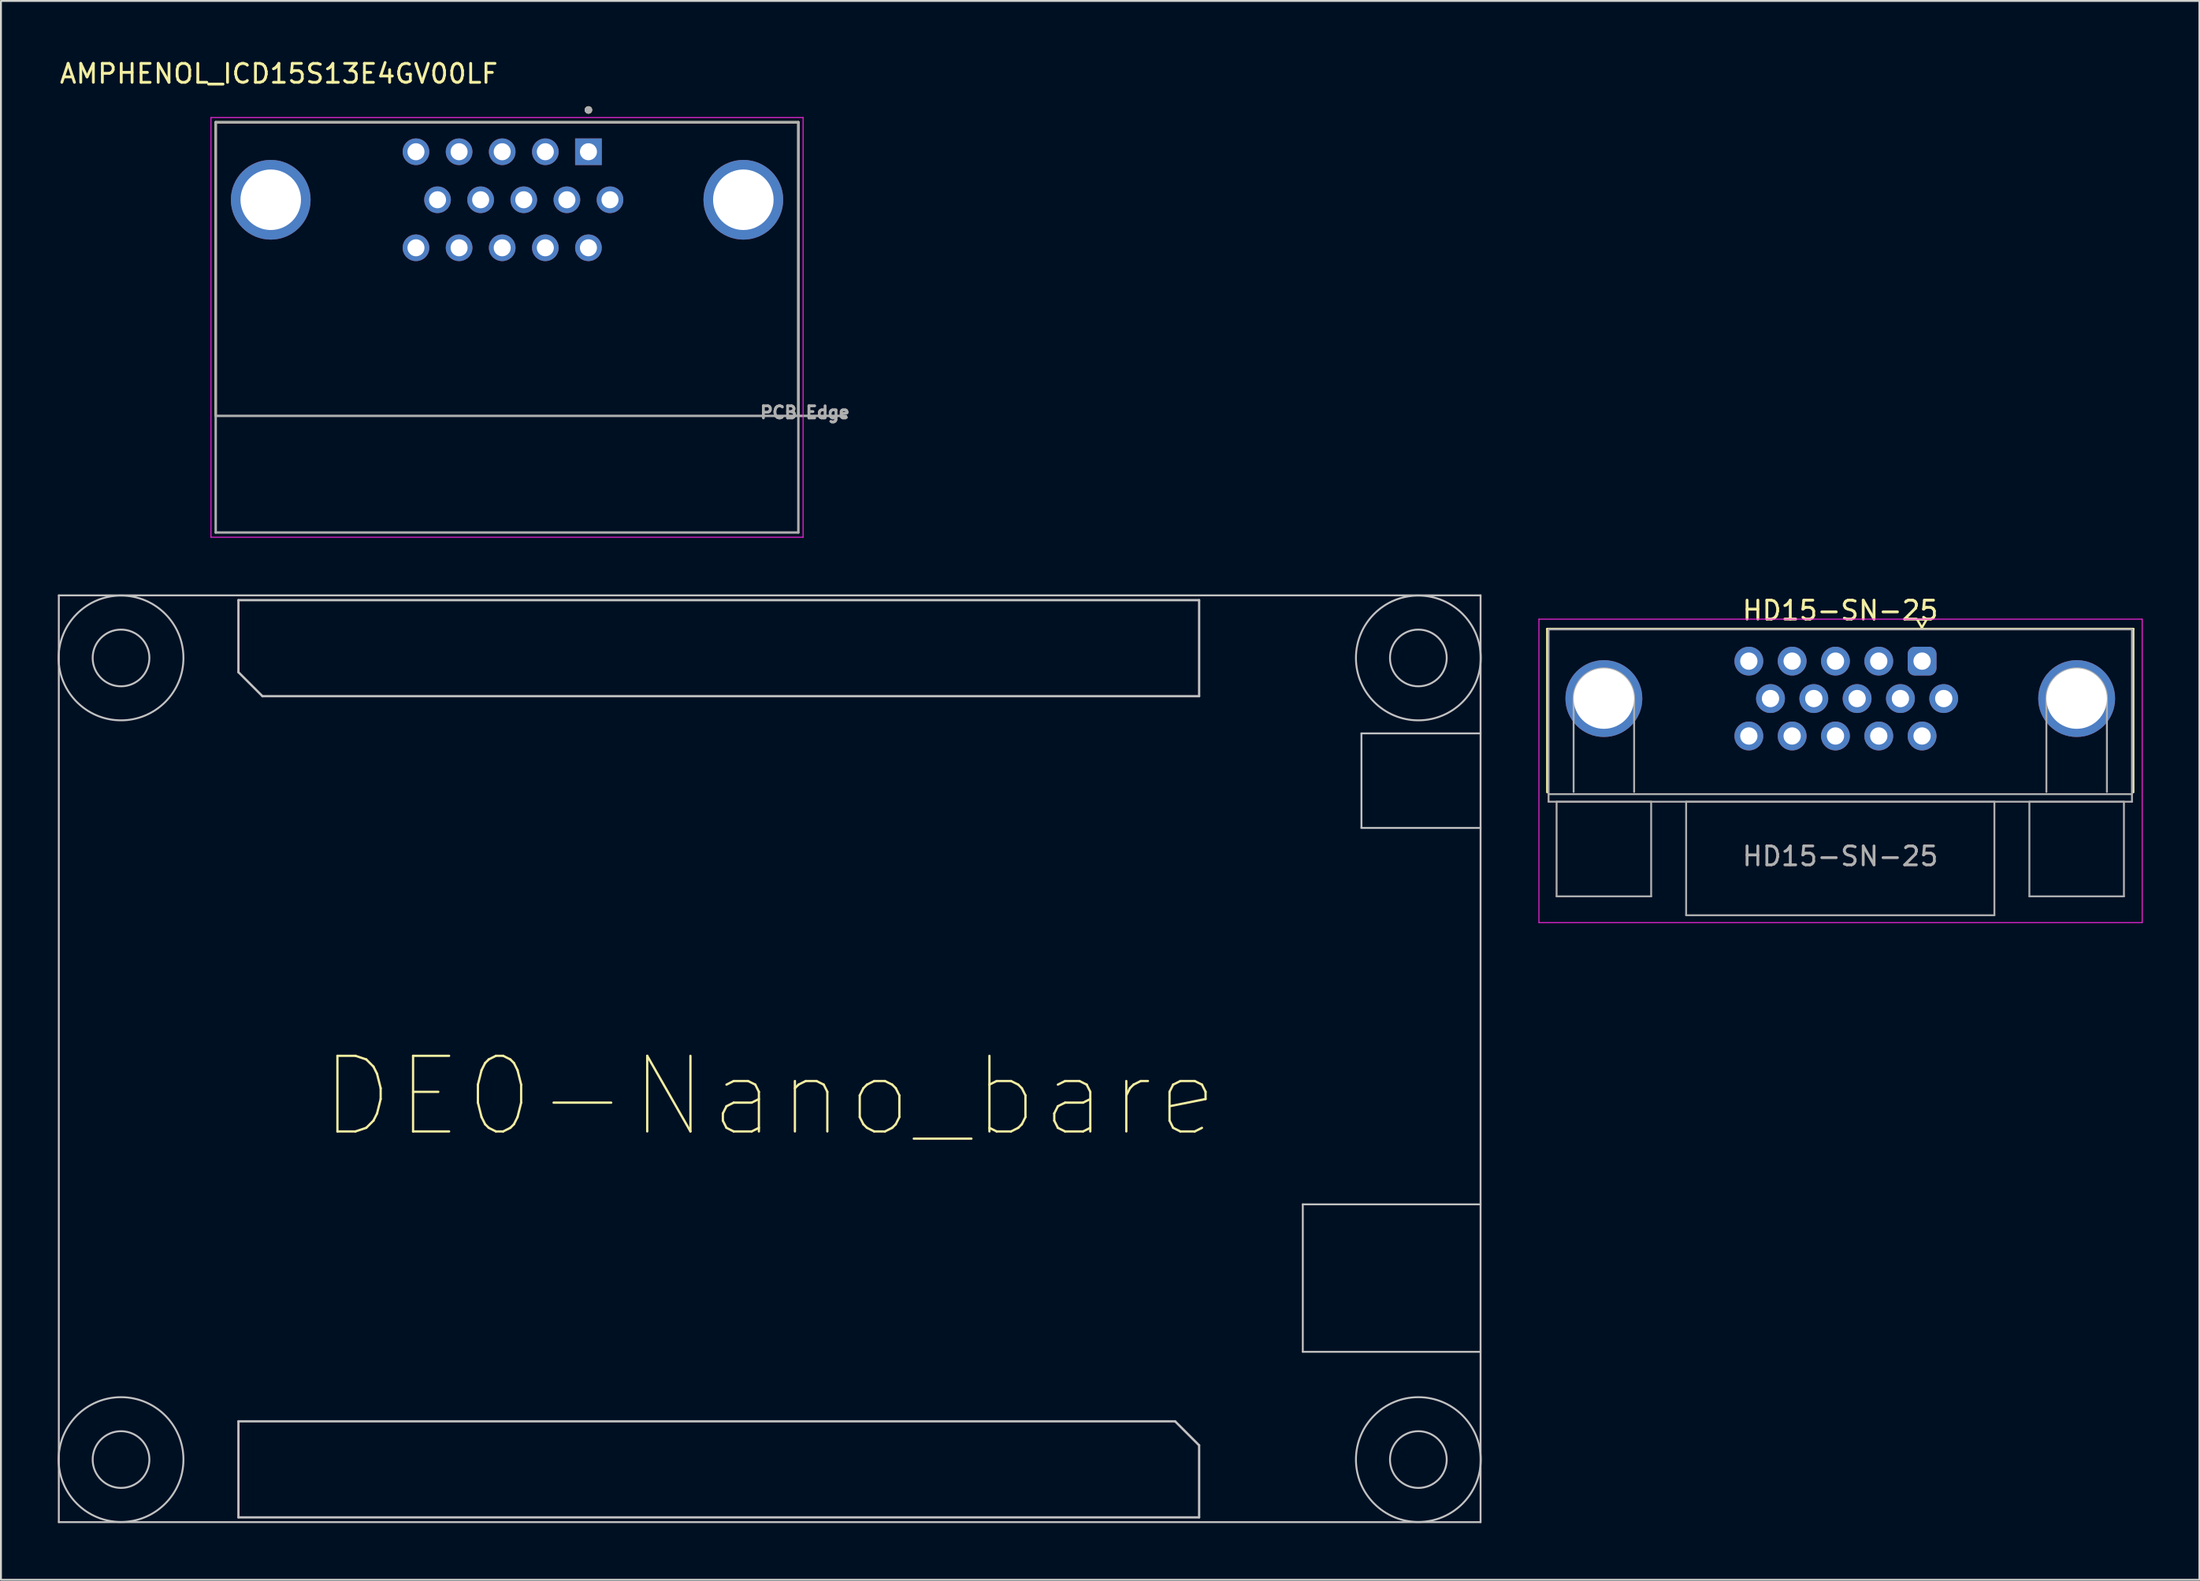
<source format=kicad_pcb>
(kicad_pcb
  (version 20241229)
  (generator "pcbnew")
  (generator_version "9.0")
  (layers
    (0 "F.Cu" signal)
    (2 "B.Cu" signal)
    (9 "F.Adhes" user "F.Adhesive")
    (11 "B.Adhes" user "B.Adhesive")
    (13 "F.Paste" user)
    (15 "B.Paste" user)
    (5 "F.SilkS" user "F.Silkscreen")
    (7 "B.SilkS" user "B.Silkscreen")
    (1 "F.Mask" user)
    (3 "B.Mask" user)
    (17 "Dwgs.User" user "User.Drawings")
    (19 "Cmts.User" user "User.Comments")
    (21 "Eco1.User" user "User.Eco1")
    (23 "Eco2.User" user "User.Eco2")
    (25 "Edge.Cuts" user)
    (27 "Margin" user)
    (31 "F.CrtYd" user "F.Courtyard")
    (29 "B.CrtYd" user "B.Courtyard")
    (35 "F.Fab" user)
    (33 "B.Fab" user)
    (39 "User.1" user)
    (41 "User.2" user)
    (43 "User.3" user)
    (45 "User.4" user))
  (footprint "HD15-SN-25"
    (layer "F.Cu")
    (at 94.26 33.899)
    (property "Reference" "HD15-SN-25" (at 0 -4.66 0) (layer "F.SilkS") (effects (font (size 1 1) (thickness 0.15))))
    (attr through_hole)
    (fp_line (start -15.494 -3.683) (end 15.494 -3.683) (stroke (width 0.12) (type solid)) (layer "F.SilkS"))
    (fp_line (start -15.494 4.953) (end -15.494 -3.683) (stroke (width 0.12) (type solid)) (layer "F.SilkS"))
    (fp_line (start 4.065 -4.183) (end 4.565 -4.183) (stroke (width 0.12) (type solid)) (layer "F.SilkS"))
    (fp_line (start 4.315 -3.75) (end 4.065 -4.183) (stroke (width 0.12) (type solid)) (layer "F.SilkS"))
    (fp_line (start 4.565 -4.183) (end 4.315 -3.75) (stroke (width 0.12) (type solid)) (layer "F.SilkS"))
    (fp_line (start 15.494 -3.683) (end 15.494 4.953) (stroke (width 0.12) (type solid)) (layer "F.SilkS"))
    (fp_line (start -15.935 -4.2) (end -15.935 11.85) (stroke (width 0.05) (type solid)) (layer "F.CrtYd"))
    (fp_line (start -15.935 11.85) (end 15.965 11.85) (stroke (width 0.05) (type solid)) (layer "F.CrtYd"))
    (fp_line (start 15.965 -4.2) (end -15.935 -4.2) (stroke (width 0.05) (type solid)) (layer "F.CrtYd"))
    (fp_line (start 15.965 11.85) (end 15.965 -4.2) (stroke (width 0.05) (type solid)) (layer "F.CrtYd"))
    (fp_line (start -15.425 -3.66) (end -15.425 5.055) (stroke (width 0.1) (type solid)) (layer "F.Fab"))
    (fp_line (start -15.425 5.055) (end -15.425 5.455) (stroke (width 0.1) (type solid)) (layer "F.Fab"))
    (fp_line (start -15.425 5.455) (end 15.425 5.455) (stroke (width 0.1) (type solid)) (layer "F.Fab"))
    (fp_line (start -15 5.461) (end -15 10.461) (stroke (width 0.1) (type solid)) (layer "F.Fab"))
    (fp_line (start -15 10.461) (end -10 10.461) (stroke (width 0.1) (type solid)) (layer "F.Fab"))
    (fp_line (start -14.1 4.94) (end -14.1 0) (stroke (width 0.1) (type solid)) (layer "F.Fab"))
    (fp_line (start -10.9 4.94) (end -10.9 0) (stroke (width 0.1) (type solid)) (layer "F.Fab"))
    (fp_line (start -10 5.461) (end -15 5.461) (stroke (width 0.1) (type solid)) (layer "F.Fab"))
    (fp_line (start -10 10.461) (end -10 5.461) (stroke (width 0.1) (type solid)) (layer "F.Fab"))
    (fp_line (start -8.15 5.461) (end -8.15 11.461) (stroke (width 0.1) (type solid)) (layer "F.Fab"))
    (fp_line (start -8.15 11.461) (end 8.15 11.461) (stroke (width 0.1) (type solid)) (layer "F.Fab"))
    (fp_line (start 8.15 5.461) (end -8.15 5.461) (stroke (width 0.1) (type solid)) (layer "F.Fab"))
    (fp_line (start 8.15 11.461) (end 8.15 5.461) (stroke (width 0.1) (type solid)) (layer "F.Fab"))
    (fp_line (start 10 5.461) (end 10 10.461) (stroke (width 0.1) (type solid)) (layer "F.Fab"))
    (fp_line (start 10 10.461) (end 15 10.461) (stroke (width 0.1) (type solid)) (layer "F.Fab"))
    (fp_line (start 10.9 4.94) (end 10.9 0) (stroke (width 0.1) (type solid)) (layer "F.Fab"))
    (fp_line (start 14.1 4.94) (end 14.1 0) (stroke (width 0.1) (type solid)) (layer "F.Fab"))
    (fp_line (start 15 5.461) (end 10 5.461) (stroke (width 0.1) (type solid)) (layer "F.Fab"))
    (fp_line (start 15 10.461) (end 15 5.461) (stroke (width 0.1) (type solid)) (layer "F.Fab"))
    (fp_line (start 15.425 -3.66) (end -15.425 -3.66) (stroke (width 0.1) (type solid)) (layer "F.Fab"))
    (fp_line (start 15.425 5.055) (end -15.425 5.055) (stroke (width 0.1) (type solid)) (layer "F.Fab"))
    (fp_line (start 15.425 5.055) (end 15.425 -3.66) (stroke (width 0.1) (type solid)) (layer "F.Fab"))
    (fp_line (start 15.425 5.455) (end 15.425 5.055) (stroke (width 0.1) (type solid)) (layer "F.Fab"))
    (fp_arc (start -14.1 0) (mid -12.5 -1.6) (end -10.9 0) (stroke (width 0.1) (type solid)) (layer "F.Fab"))
    (fp_arc (start 10.9 0) (mid 12.5 -1.6) (end 14.1 0) (stroke (width 0.1) (type solid)) (layer "F.Fab"))
    (fp_text user "${REFERENCE}" (at 0 8.34 0) (layer "F.Fab") (effects (font (size 1 1) (thickness 0.15))))
    (pad "0" thru_hole circle (at -12.5 0) (size 4.064 4.064) (drill 3.2) (layers "*.Cu" "*.Mask"))
    (pad "0" thru_hole circle (at 12.5 0) (size 4.064 4.064) (drill 3.2) (layers "*.Cu" "*.Mask"))
    (pad "1" thru_hole roundrect (at 4.326 -1.98) (size 1.524 1.524) (drill 0.914) (layers "*.Cu" "*.Mask") (roundrect_rratio 0.25))
    (pad "2" thru_hole circle (at 2.036 -1.98) (size 1.524 1.524) (drill 0.914) (layers "*.Cu" "*.Mask"))
    (pad "3" thru_hole circle (at -0.254 -1.98) (size 1.524 1.524) (drill 0.914) (layers "*.Cu" "*.Mask"))
    (pad "4" thru_hole circle (at -2.544 -1.98) (size 1.524 1.524) (drill 0.914) (layers "*.Cu" "*.Mask"))
    (pad "5" thru_hole circle (at -4.834 -1.98) (size 1.524 1.524) (drill 0.914) (layers "*.Cu" "*.Mask"))
    (pad "6" thru_hole circle (at 5.471 0) (size 1.524 1.524) (drill 0.914) (layers "*.Cu" "*.Mask"))
    (pad "7" thru_hole circle (at 3.181 0) (size 1.524 1.524) (drill 0.914) (layers "*.Cu" "*.Mask"))
    (pad "8" thru_hole circle (at 0.891 0) (size 1.524 1.524) (drill 0.914) (layers "*.Cu" "*.Mask"))
    (pad "9" thru_hole circle (at -1.399 0) (size 1.524 1.524) (drill 0.914) (layers "*.Cu" "*.Mask"))
    (pad "10" thru_hole circle (at -3.689 0) (size 1.524 1.524) (drill 0.914) (layers "*.Cu" "*.Mask"))
    (pad "11" thru_hole circle (at 4.326 1.98) (size 1.524 1.524) (drill 0.914) (layers "*.Cu" "*.Mask"))
    (pad "12" thru_hole circle (at 2.036 1.98) (size 1.524 1.524) (drill 0.914) (layers "*.Cu" "*.Mask"))
    (pad "13" thru_hole circle (at -0.254 1.98) (size 1.524 1.524) (drill 0.914) (layers "*.Cu" "*.Mask"))
    (pad "14" thru_hole circle (at -2.544 1.98) (size 1.524 1.524) (drill 0.914) (layers "*.Cu" "*.Mask"))
    (pad "15" thru_hole circle (at -4.834 1.98) (size 1.524 1.524) (drill 0.914) (layers "*.Cu" "*.Mask")))
  (footprint "AMPHENOL_ICD15S13E4GV00LF"
    (layer "F.Cu")
    (at 23.761 7.516)
    (property "Reference" "AMPHENOL_ICD15S13E4GV00LF" (at -12.065 -6.668 0) (layer "F.SilkS") (effects (font (size 1 1) (thickness 0.15))))
    (attr through_hole)
    (fp_line (start -15.405 -4.1) (end 15.405 -4.1) (stroke (width 0.127) (type solid)) (layer "F.SilkS"))
    (fp_line (start -15.405 11.43) (end -15.405 -4.1) (stroke (width 0.127) (type solid)) (layer "F.SilkS"))
    (fp_line (start 15.405 -4.1) (end 15.405 11.43) (stroke (width 0.127) (type solid)) (layer "F.SilkS"))
    (fp_circle (center 4.305 -4.75) (end 4.405 -4.75) (stroke (width 0.2) (type solid)) (fill no) (layer "F.SilkS"))
    (fp_line (start -15.655 -4.35) (end -15.655 17.85) (stroke (width 0.05) (type solid)) (layer "F.CrtYd"))
    (fp_line (start -15.655 17.85) (end 15.655 17.85) (stroke (width 0.05) (type solid)) (layer "F.CrtYd"))
    (fp_line (start 15.655 -4.35) (end -15.655 -4.35) (stroke (width 0.05) (type solid)) (layer "F.CrtYd"))
    (fp_line (start 15.655 17.85) (end 15.655 -4.35) (stroke (width 0.05) (type solid)) (layer "F.CrtYd"))
    (fp_line (start -15.405 -4.1) (end 15.405 -4.1) (stroke (width 0.127) (type solid)) (layer "F.Fab"))
    (fp_line (start -15.405 11.43) (end -15.405 -4.1) (stroke (width 0.127) (type solid)) (layer "F.Fab"))
    (fp_line (start -15.405 17.6) (end -15.405 11.43) (stroke (width 0.127) (type solid)) (layer "F.Fab"))
    (fp_line (start 15.405 -4.1) (end 15.405 17.6) (stroke (width 0.127) (type solid)) (layer "F.Fab"))
    (fp_line (start 15.405 17.6) (end -15.405 17.6) (stroke (width 0.127) (type solid)) (layer "F.Fab"))
    (fp_line (start 17.92 11.43) (end -15.405 11.43) (stroke (width 0.127) (type solid)) (layer "F.Fab"))
    (fp_circle (center 4.305 -4.75) (end 4.405 -4.75) (stroke (width 0.2) (type solid)) (fill no) (layer "F.Fab"))
    (fp_text user "PCB Edge" (at 15.75 11.25 0) (layer "F.Fab") (effects (font (size 0.64 0.64) (thickness 0.15))))
    (pad "0" thru_hole circle (at -12.495 0) (size 4.216 4.216) (drill 3.2) (layers "*.Cu" "*.Mask"))
    (pad "0" thru_hole circle (at 12.495 0) (size 4.216 4.216) (drill 3.2) (layers "*.Cu" "*.Mask"))
    (pad "1" thru_hole rect (at 4.305 -2.54) (size 1.408 1.408) (drill 0.9) (layers "*.Cu" "*.Mask"))
    (pad "2" thru_hole circle (at 2.025 -2.54) (size 1.408 1.408) (drill 0.9) (layers "*.Cu" "*.Mask"))
    (pad "3" thru_hole circle (at -0.255 -2.54) (size 1.408 1.408) (drill 0.9) (layers "*.Cu" "*.Mask"))
    (pad "4" thru_hole circle (at -2.535 -2.54) (size 1.408 1.408) (drill 0.9) (layers "*.Cu" "*.Mask"))
    (pad "5" thru_hole circle (at -4.815 -2.54) (size 1.408 1.408) (drill 0.9) (layers "*.Cu" "*.Mask"))
    (pad "6" thru_hole circle (at 5.445 0) (size 1.408 1.408) (drill 0.9) (layers "*.Cu" "*.Mask"))
    (pad "7" thru_hole circle (at 3.165 0) (size 1.408 1.408) (drill 0.9) (layers "*.Cu" "*.Mask"))
    (pad "8" thru_hole circle (at 0.885 0) (size 1.408 1.408) (drill 0.9) (layers "*.Cu" "*.Mask"))
    (pad "9" thru_hole circle (at -1.395 0) (size 1.408 1.408) (drill 0.9) (layers "*.Cu" "*.Mask"))
    (pad "10" thru_hole circle (at -3.675 0) (size 1.408 1.408) (drill 0.9) (layers "*.Cu" "*.Mask"))
    (pad "11" thru_hole circle (at 4.305 2.54) (size 1.408 1.408) (drill 0.9) (layers "*.Cu" "*.Mask"))
    (pad "12" thru_hole circle (at 2.025 2.54) (size 1.408 1.408) (drill 0.9) (layers "*.Cu" "*.Mask"))
    (pad "13" thru_hole circle (at -0.255 2.54) (size 1.408 1.408) (drill 0.9) (layers "*.Cu" "*.Mask"))
    (pad "14" thru_hole circle (at -2.535 2.54) (size 1.408 1.408) (drill 0.9) (layers "*.Cu" "*.Mask"))
    (pad "15" thru_hole circle (at -4.815 2.54) (size 1.408 1.408) (drill 0.9) (layers "*.Cu" "*.Mask")))
  (footprint "DE0-Nano_bare"
    (layer "F.Cu")
    (at 37.65 52.951)
    (property "Reference" "DE0-Nano_bare" (at 0 2 0) (layer "F.SilkS") (effects (font (size 4 4) (thickness 0.12))))
    (attr exclude_from_pos_files exclude_from_bom)
    (fp_line (start -37.59 -24.51) (end -37.59 24.51) (stroke (width 0.1) (type solid)) (layer "Dwgs.User"))
    (fp_line (start -37.59 -24.51) (end 37.59 -24.51) (stroke (width 0.1) (type solid)) (layer "Dwgs.User"))
    (fp_line (start -37.59 24.51) (end 37.59 24.51) (stroke (width 0.1) (type solid)) (layer "Dwgs.User"))
    (fp_line (start -28.092 -24.257) (end -28.092 -20.447) (stroke (width 0.12) (type solid)) (layer "Dwgs.User"))
    (fp_line (start -28.092 -20.447) (end -26.822 -19.177) (stroke (width 0.12) (type solid)) (layer "Dwgs.User"))
    (fp_line (start -28.092 19.177) (end 21.438 19.177) (stroke (width 0.12) (type solid)) (layer "Dwgs.User"))
    (fp_line (start -28.092 24.257) (end -28.092 19.177) (stroke (width 0.12) (type solid)) (layer "Dwgs.User"))
    (fp_line (start -28.092 24.257) (end 22.708 24.257) (stroke (width 0.12) (type solid)) (layer "Dwgs.User"))
    (fp_line (start -26.822 -19.177) (end 22.708 -19.177) (stroke (width 0.12) (type solid)) (layer "Dwgs.User"))
    (fp_line (start 21.438 19.177) (end 22.708 20.447) (stroke (width 0.12) (type solid)) (layer "Dwgs.User"))
    (fp_line (start 22.708 -24.257) (end -28.092 -24.257) (stroke (width 0.12) (type solid)) (layer "Dwgs.User"))
    (fp_line (start 22.708 -19.177) (end 22.708 -24.257) (stroke (width 0.12) (type solid)) (layer "Dwgs.User"))
    (fp_line (start 22.708 24.257) (end 22.708 20.447) (stroke (width 0.12) (type solid)) (layer "Dwgs.User"))
    (fp_line (start 28.19 7.7) (end 37.59 7.7) (stroke (width 0.1) (type solid)) (layer "Dwgs.User"))
    (fp_line (start 28.19 15.5) (end 28.19 7.7) (stroke (width 0.1) (type solid)) (layer "Dwgs.User"))
    (fp_line (start 31.29 -17.21) (end 31.29 -12.21) (stroke (width 0.1) (type solid)) (layer "Dwgs.User"))
    (fp_line (start 31.29 -17.21) (end 37.59 -17.21) (stroke (width 0.1) (type solid)) (layer "Dwgs.User"))
    (fp_line (start 31.29 -12.21) (end 37.59 -12.21) (stroke (width 0.1) (type solid)) (layer "Dwgs.User"))
    (fp_line (start 37.59 -24.51) (end 37.59 24.51) (stroke (width 0.1) (type solid)) (layer "Dwgs.User"))
    (fp_line (start 37.59 15.5) (end 28.19 15.5) (stroke (width 0.1) (type solid)) (layer "Dwgs.User"))
    (fp_circle (center -34.3 -21.2) (end -32.8 -21.2) (stroke (width 0.1) (type solid)) (fill no) (layer "Dwgs.User"))
    (fp_circle (center -34.3 -21.2) (end -31 -21.2) (stroke (width 0.1) (type solid)) (fill no) (layer "Dwgs.User"))
    (fp_circle (center -34.3 21.2) (end -32.8 21.2) (stroke (width 0.1) (type solid)) (fill no) (layer "Dwgs.User"))
    (fp_circle (center -34.3 21.2) (end -31 21.2) (stroke (width 0.1) (type solid)) (fill no) (layer "Dwgs.User"))
    (fp_circle (center 34.3 -21.2) (end 35.8 -21.2) (stroke (width 0.1) (type solid)) (fill no) (layer "Dwgs.User"))
    (fp_circle (center 34.3 -21.2) (end 37.6 -21.2) (stroke (width 0.1) (type solid)) (fill no) (layer "Dwgs.User"))
    (fp_circle (center 34.3 21.2) (end 35.8 21.2) (stroke (width 0.1) (type solid)) (fill no) (layer "Dwgs.User"))
    (fp_circle (center 34.3 21.2) (end 37.6 21.2) (stroke (width 0.1) (type solid)) (fill no) (layer "Dwgs.User")))
  (gr_rect
    (start -3 -3)
    (end 113.25 80.511)
    (stroke (width 0.1) (type default))
    (fill no)
    (layer "Edge.Cuts")))
</source>
